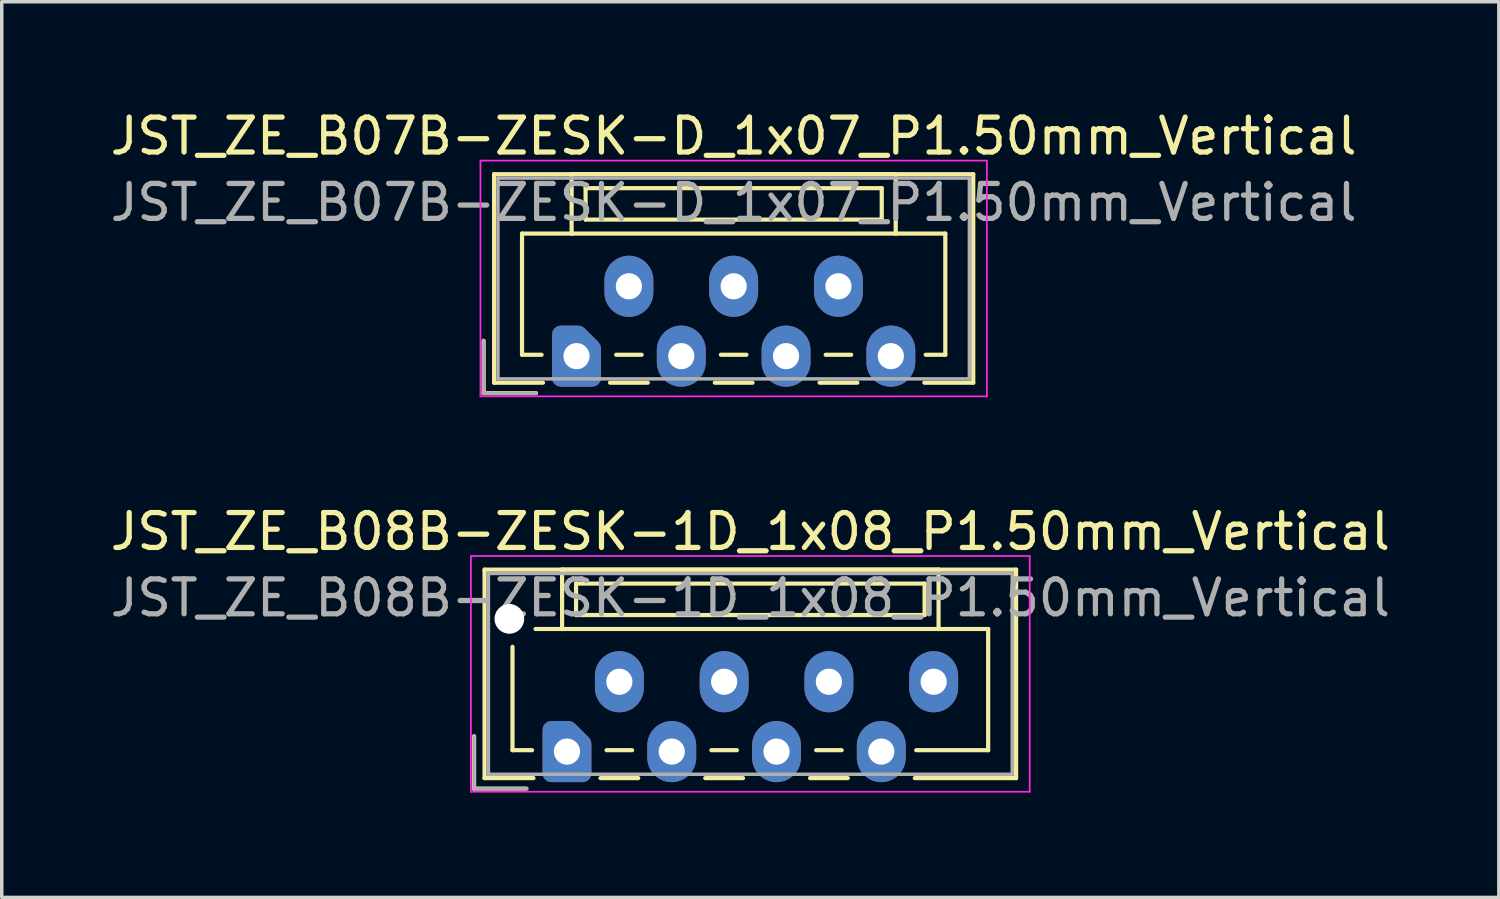
<source format=kicad_pcb>
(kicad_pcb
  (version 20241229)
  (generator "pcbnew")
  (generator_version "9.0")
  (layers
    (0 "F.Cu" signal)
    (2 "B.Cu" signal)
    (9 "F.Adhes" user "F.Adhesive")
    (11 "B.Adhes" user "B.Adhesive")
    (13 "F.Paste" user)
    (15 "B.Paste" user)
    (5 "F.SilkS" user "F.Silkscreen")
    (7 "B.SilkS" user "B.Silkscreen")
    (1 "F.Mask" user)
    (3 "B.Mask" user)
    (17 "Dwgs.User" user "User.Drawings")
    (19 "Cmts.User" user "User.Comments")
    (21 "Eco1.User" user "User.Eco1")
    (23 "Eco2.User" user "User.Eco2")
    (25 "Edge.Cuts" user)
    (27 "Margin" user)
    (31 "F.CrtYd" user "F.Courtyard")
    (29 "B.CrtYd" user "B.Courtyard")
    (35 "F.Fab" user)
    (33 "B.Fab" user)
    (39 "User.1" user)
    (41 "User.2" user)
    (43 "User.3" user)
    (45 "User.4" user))
  (footprint "JST_ZE_B08B-ZESK-1D_1x08_P1.50mm_Vertical"
    (layer "F.Cu")
    (at 13.185 18.471)
    (property "Reference" "JST_ZE_B08B-ZESK-1D_1x08_P1.50mm_Vertical" (at 5.25 -6.3 0) (layer "F.SilkS") (effects (font (size 1 1) (thickness 0.15))))
    (attr through_hole)
    (fp_line (start -2.66 -0.44) (end -2.66 1.06) (stroke (width 0.12) (type solid)) (layer "F.SilkS"))
    (fp_line (start -2.66 1.06) (end -1.16 1.06) (stroke (width 0.12) (type solid)) (layer "F.SilkS"))
    (fp_line (start -2.36 -5.21) (end 12.86 -5.21) (stroke (width 0.12) (type solid)) (layer "F.SilkS"))
    (fp_line (start -2.36 0.76) (end -2.36 -5.21) (stroke (width 0.12) (type solid)) (layer "F.SilkS"))
    (fp_line (start -1.56 -3) (end -1.56 -0.04) (stroke (width 0.12) (type solid)) (layer "F.SilkS"))
    (fp_line (start -1.56 -0.04) (end -1 -0.04) (stroke (width 0.12) (type solid)) (layer "F.SilkS"))
    (fp_line (start -0.96 0.76) (end -2.36 0.76) (stroke (width 0.12) (type solid)) (layer "F.SilkS"))
    (fp_line (start -0.14 -5.21) (end -0.14 -3.51) (stroke (width 0.12) (type solid)) (layer "F.SilkS"))
    (fp_line (start -0.14 -3.51) (end -0.9 -3.51) (stroke (width 0.12) (type solid)) (layer "F.SilkS"))
    (fp_line (start -0.14 -3.51) (end 10.64 -3.51) (stroke (width 0.12) (type solid)) (layer "F.SilkS"))
    (fp_line (start 0.26 -4.81) (end 0.26 -3.91) (stroke (width 0.12) (type solid)) (layer "F.SilkS"))
    (fp_line (start 0.26 -3.91) (end 10.24 -3.91) (stroke (width 0.12) (type solid)) (layer "F.SilkS"))
    (fp_line (start 0.96 0.76) (end 2.04 0.76) (stroke (width 0.12) (type solid)) (layer "F.SilkS"))
    (fp_line (start 1.135 -0.04) (end 1.865 -0.04) (stroke (width 0.12) (type solid)) (layer "F.SilkS"))
    (fp_line (start 3.96 0.76) (end 5.04 0.76) (stroke (width 0.12) (type solid)) (layer "F.SilkS"))
    (fp_line (start 4.135 -0.04) (end 4.865 -0.04) (stroke (width 0.12) (type solid)) (layer "F.SilkS"))
    (fp_line (start 6.96 0.76) (end 8.04 0.76) (stroke (width 0.12) (type solid)) (layer "F.SilkS"))
    (fp_line (start 7.135 -0.04) (end 7.865 -0.04) (stroke (width 0.12) (type solid)) (layer "F.SilkS"))
    (fp_line (start 10.24 -4.81) (end 0.26 -4.81) (stroke (width 0.12) (type solid)) (layer "F.SilkS"))
    (fp_line (start 10.24 -3.91) (end 10.24 -4.81) (stroke (width 0.12) (type solid)) (layer "F.SilkS"))
    (fp_line (start 10.64 -5.21) (end -0.14 -5.21) (stroke (width 0.12) (type solid)) (layer "F.SilkS"))
    (fp_line (start 10.64 -3.51) (end 10.64 -5.21) (stroke (width 0.12) (type solid)) (layer "F.SilkS"))
    (fp_line (start 10.64 -3.51) (end 12.06 -3.51) (stroke (width 0.12) (type solid)) (layer "F.SilkS"))
    (fp_line (start 12.06 -3.51) (end 12.06 -0.04) (stroke (width 0.12) (type solid)) (layer "F.SilkS"))
    (fp_line (start 12.06 -0.04) (end 10 -0.04) (stroke (width 0.12) (type solid)) (layer "F.SilkS"))
    (fp_line (start 12.86 -5.21) (end 12.86 0.76) (stroke (width 0.12) (type solid)) (layer "F.SilkS"))
    (fp_line (start 12.86 0.76) (end 9.96 0.76) (stroke (width 0.12) (type solid)) (layer "F.SilkS"))
    (fp_line (start -2.75 -5.6) (end -2.75 1.15) (stroke (width 0.05) (type solid)) (layer "F.CrtYd"))
    (fp_line (start -2.75 1.15) (end 13.25 1.15) (stroke (width 0.05) (type solid)) (layer "F.CrtYd"))
    (fp_line (start 13.25 -5.6) (end -2.75 -5.6) (stroke (width 0.05) (type solid)) (layer "F.CrtYd"))
    (fp_line (start 13.25 1.15) (end 13.25 -5.6) (stroke (width 0.05) (type solid)) (layer "F.CrtYd"))
    (fp_line (start -2.66 -0.44) (end -2.66 1.06) (stroke (width 0.1) (type solid)) (layer "F.Fab"))
    (fp_line (start -2.66 1.06) (end -1.16 1.06) (stroke (width 0.1) (type solid)) (layer "F.Fab"))
    (fp_line (start -2.25 -5.1) (end -2.25 0.65) (stroke (width 0.1) (type solid)) (layer "F.Fab"))
    (fp_line (start -2.25 0.65) (end 12.75 0.65) (stroke (width 0.1) (type solid)) (layer "F.Fab"))
    (fp_line (start 12.75 -5.1) (end -2.25 -5.1) (stroke (width 0.1) (type solid)) (layer "F.Fab"))
    (fp_line (start 12.75 0.65) (end 12.75 -5.1) (stroke (width 0.1) (type solid)) (layer "F.Fab"))
    (fp_text user "${REFERENCE}" (at 5.25 -4.4 0) (layer "F.Fab") (effects (font (size 1 1) (thickness 0.15))))
    (pad "" np_thru_hole circle (at -1.65 -3.8) (size 0.85 0.85) (drill 0.85) (layers "*.Cu" "*.Mask"))
    (pad "1" thru_hole custom (at 0 0) (size 1.117 1.117) (drill 0.75) (layers "*.Cu" "*.Mask") (options (anchor circle)) (primitives (gr_poly (pts (xy -0.45 -0.625) (xy 0.05 -0.625) (xy 0.45 -0.225) (xy 0.45 0.625) (xy -0.45 0.625)) (width 0.5) (fill yes))))
    (pad "2" thru_hole oval (at 1.5 -2) (size 1.4 1.75) (drill 0.75) (layers "*.Cu" "*.Mask"))
    (pad "3" thru_hole oval (at 3 0) (size 1.4 1.75) (drill 0.75) (layers "*.Cu" "*.Mask"))
    (pad "4" thru_hole oval (at 4.5 -2) (size 1.4 1.75) (drill 0.75) (layers "*.Cu" "*.Mask"))
    (pad "5" thru_hole oval (at 6 0) (size 1.4 1.75) (drill 0.75) (layers "*.Cu" "*.Mask"))
    (pad "6" thru_hole oval (at 7.5 -2) (size 1.4 1.75) (drill 0.75) (layers "*.Cu" "*.Mask"))
    (pad "7" thru_hole oval (at 9 0) (size 1.4 1.75) (drill 0.75) (layers "*.Cu" "*.Mask"))
    (pad "8" thru_hole oval (at 10.5 -2) (size 1.4 1.75) (drill 0.75) (layers "*.Cu" "*.Mask")))
  (footprint "JST_ZE_B07B-ZESK-D_1x07_P1.50mm_Vertical"
    (layer "F.Cu")
    (at 13.458 7.148)
    (property "Reference" "JST_ZE_B07B-ZESK-D_1x07_P1.50mm_Vertical" (at 4.5 -6.3 0) (layer "F.SilkS") (effects (font (size 1 1) (thickness 0.15))))
    (attr through_hole)
    (fp_line (start -2.66 -0.44) (end -2.66 1.06) (stroke (width 0.12) (type solid)) (layer "F.SilkS"))
    (fp_line (start -2.66 1.06) (end -1.16 1.06) (stroke (width 0.12) (type solid)) (layer "F.SilkS"))
    (fp_line (start -2.36 -5.21) (end 11.36 -5.21) (stroke (width 0.12) (type solid)) (layer "F.SilkS"))
    (fp_line (start -2.36 0.76) (end -2.36 -5.21) (stroke (width 0.12) (type solid)) (layer "F.SilkS"))
    (fp_line (start -1.56 -3.51) (end -1.56 -0.04) (stroke (width 0.12) (type solid)) (layer "F.SilkS"))
    (fp_line (start -1.56 -0.04) (end -1 -0.04) (stroke (width 0.12) (type solid)) (layer "F.SilkS"))
    (fp_line (start -0.96 0.76) (end -2.36 0.76) (stroke (width 0.12) (type solid)) (layer "F.SilkS"))
    (fp_line (start -0.14 -5.21) (end -0.14 -3.51) (stroke (width 0.12) (type solid)) (layer "F.SilkS"))
    (fp_line (start -0.14 -3.51) (end -1.56 -3.51) (stroke (width 0.12) (type solid)) (layer "F.SilkS"))
    (fp_line (start -0.14 -3.51) (end 9.14 -3.51) (stroke (width 0.12) (type solid)) (layer "F.SilkS"))
    (fp_line (start 0.26 -4.81) (end 0.26 -3.91) (stroke (width 0.12) (type solid)) (layer "F.SilkS"))
    (fp_line (start 0.26 -3.91) (end 8.74 -3.91) (stroke (width 0.12) (type solid)) (layer "F.SilkS"))
    (fp_line (start 0.96 0.76) (end 2.04 0.76) (stroke (width 0.12) (type solid)) (layer "F.SilkS"))
    (fp_line (start 1.135 -0.04) (end 1.865 -0.04) (stroke (width 0.12) (type solid)) (layer "F.SilkS"))
    (fp_line (start 3.96 0.76) (end 5.04 0.76) (stroke (width 0.12) (type solid)) (layer "F.SilkS"))
    (fp_line (start 4.135 -0.04) (end 4.865 -0.04) (stroke (width 0.12) (type solid)) (layer "F.SilkS"))
    (fp_line (start 6.96 0.76) (end 8.04 0.76) (stroke (width 0.12) (type solid)) (layer "F.SilkS"))
    (fp_line (start 7.135 -0.04) (end 7.865 -0.04) (stroke (width 0.12) (type solid)) (layer "F.SilkS"))
    (fp_line (start 8.74 -4.81) (end 0.26 -4.81) (stroke (width 0.12) (type solid)) (layer "F.SilkS"))
    (fp_line (start 8.74 -3.91) (end 8.74 -4.81) (stroke (width 0.12) (type solid)) (layer "F.SilkS"))
    (fp_line (start 9.14 -5.21) (end -0.14 -5.21) (stroke (width 0.12) (type solid)) (layer "F.SilkS"))
    (fp_line (start 9.14 -3.51) (end 9.14 -5.21) (stroke (width 0.12) (type solid)) (layer "F.SilkS"))
    (fp_line (start 9.14 -3.51) (end 10.56 -3.51) (stroke (width 0.12) (type solid)) (layer "F.SilkS"))
    (fp_line (start 10.56 -3.51) (end 10.56 -0.04) (stroke (width 0.12) (type solid)) (layer "F.SilkS"))
    (fp_line (start 10.56 -0.04) (end 10 -0.04) (stroke (width 0.12) (type solid)) (layer "F.SilkS"))
    (fp_line (start 11.36 -5.21) (end 11.36 0.76) (stroke (width 0.12) (type solid)) (layer "F.SilkS"))
    (fp_line (start 11.36 0.76) (end 9.96 0.76) (stroke (width 0.12) (type solid)) (layer "F.SilkS"))
    (fp_line (start -2.75 -5.6) (end -2.75 1.15) (stroke (width 0.05) (type solid)) (layer "F.CrtYd"))
    (fp_line (start -2.75 1.15) (end 11.75 1.15) (stroke (width 0.05) (type solid)) (layer "F.CrtYd"))
    (fp_line (start 11.75 -5.6) (end -2.75 -5.6) (stroke (width 0.05) (type solid)) (layer "F.CrtYd"))
    (fp_line (start 11.75 1.15) (end 11.75 -5.6) (stroke (width 0.05) (type solid)) (layer "F.CrtYd"))
    (fp_line (start -2.66 -0.44) (end -2.66 1.06) (stroke (width 0.1) (type solid)) (layer "F.Fab"))
    (fp_line (start -2.66 1.06) (end -1.16 1.06) (stroke (width 0.1) (type solid)) (layer "F.Fab"))
    (fp_line (start -2.25 -5.1) (end -2.25 0.65) (stroke (width 0.1) (type solid)) (layer "F.Fab"))
    (fp_line (start -2.25 0.65) (end 11.25 0.65) (stroke (width 0.1) (type solid)) (layer "F.Fab"))
    (fp_line (start 11.25 -5.1) (end -2.25 -5.1) (stroke (width 0.1) (type solid)) (layer "F.Fab"))
    (fp_line (start 11.25 0.65) (end 11.25 -5.1) (stroke (width 0.1) (type solid)) (layer "F.Fab"))
    (fp_text user "${REFERENCE}" (at 4.5 -4.4 0) (layer "F.Fab") (effects (font (size 1 1) (thickness 0.15))))
    (pad "1" thru_hole custom (at 0 0) (size 1.117 1.117) (drill 0.75) (layers "*.Cu" "*.Mask") (options (anchor circle)) (primitives (gr_poly (pts (xy -0.45 -0.625) (xy 0.05 -0.625) (xy 0.45 -0.225) (xy 0.45 0.625) (xy -0.45 0.625)) (width 0.5) (fill yes))))
    (pad "2" thru_hole oval (at 1.5 -2) (size 1.4 1.75) (drill 0.75) (layers "*.Cu" "*.Mask"))
    (pad "3" thru_hole oval (at 3 0) (size 1.4 1.75) (drill 0.75) (layers "*.Cu" "*.Mask"))
    (pad "4" thru_hole oval (at 4.5 -2) (size 1.4 1.75) (drill 0.75) (layers "*.Cu" "*.Mask"))
    (pad "5" thru_hole oval (at 6 0) (size 1.4 1.75) (drill 0.75) (layers "*.Cu" "*.Mask"))
    (pad "6" thru_hole oval (at 7.5 -2) (size 1.4 1.75) (drill 0.75) (layers "*.Cu" "*.Mask"))
    (pad "7" thru_hole oval (at 9 0) (size 1.4 1.75) (drill 0.75) (layers "*.Cu" "*.Mask")))
  (gr_rect
    (start -3 -3)
    (end 39.869 22.646)
    (stroke (width 0.1) (type default))
    (fill no)
    (layer "Edge.Cuts")))
</source>
